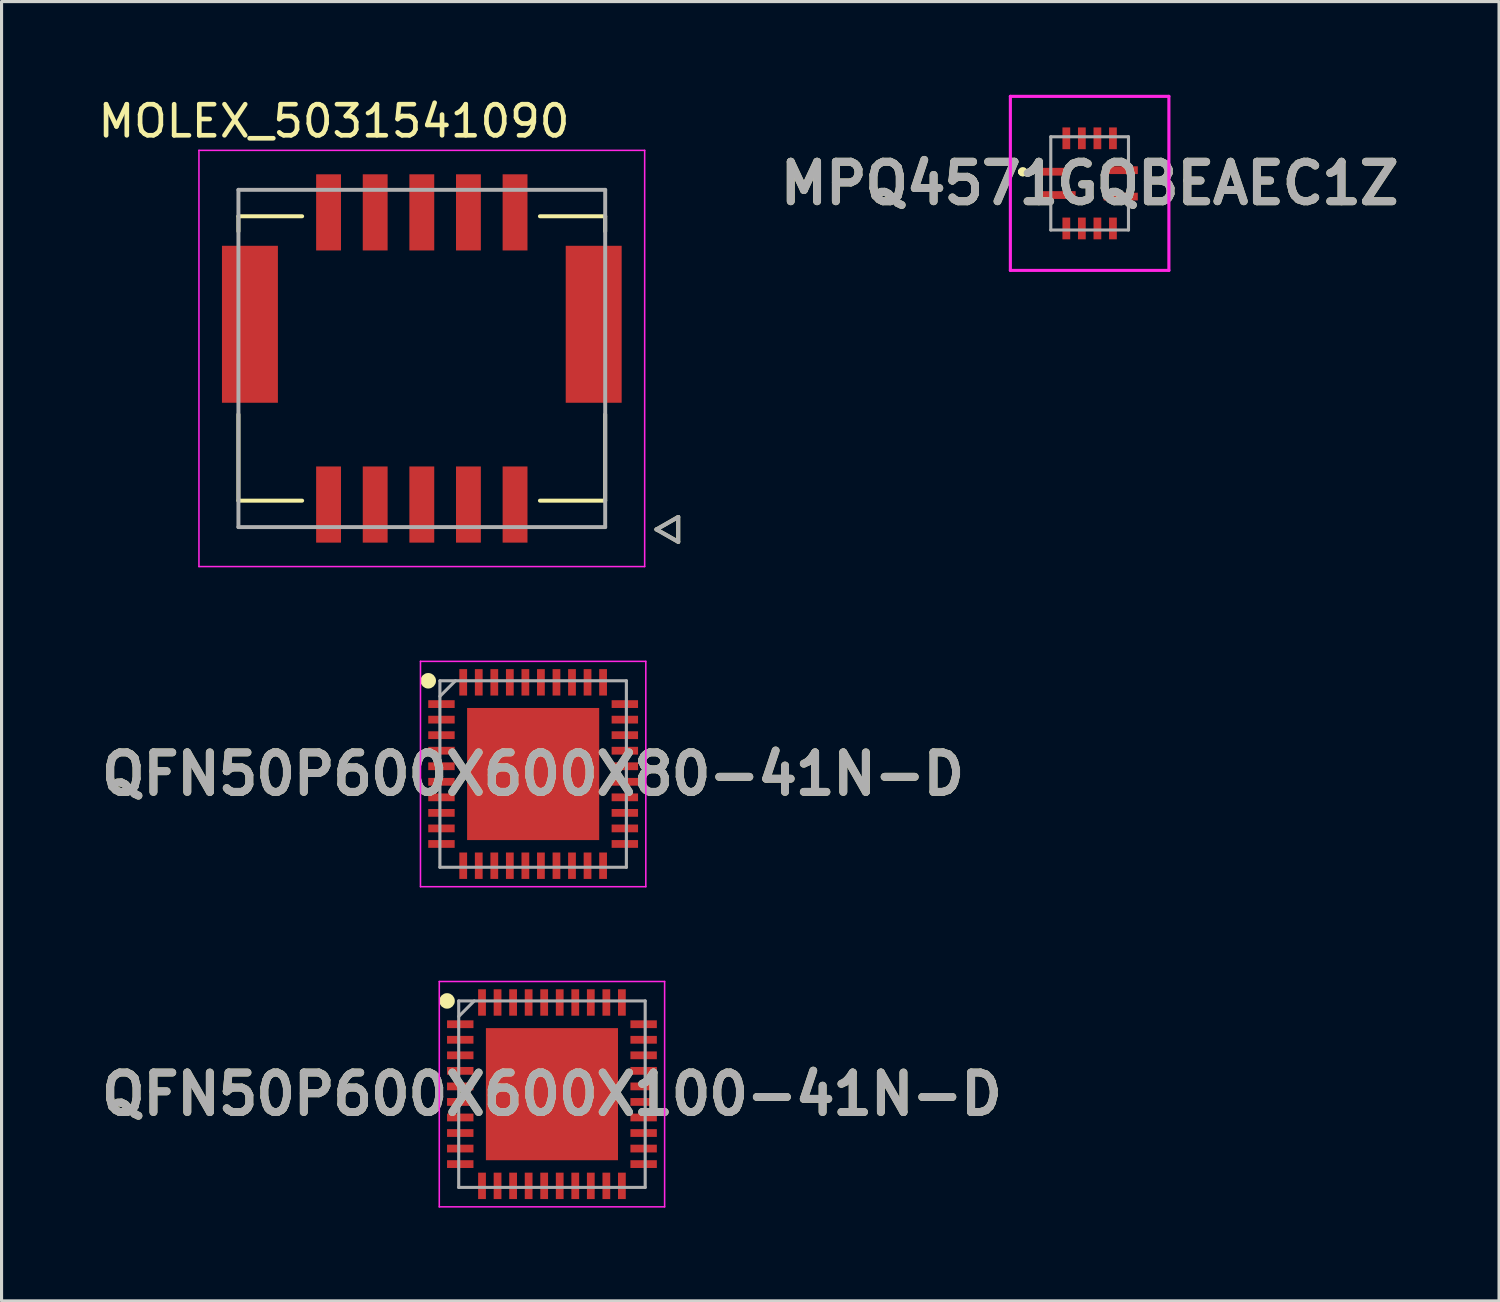
<source format=kicad_pcb>
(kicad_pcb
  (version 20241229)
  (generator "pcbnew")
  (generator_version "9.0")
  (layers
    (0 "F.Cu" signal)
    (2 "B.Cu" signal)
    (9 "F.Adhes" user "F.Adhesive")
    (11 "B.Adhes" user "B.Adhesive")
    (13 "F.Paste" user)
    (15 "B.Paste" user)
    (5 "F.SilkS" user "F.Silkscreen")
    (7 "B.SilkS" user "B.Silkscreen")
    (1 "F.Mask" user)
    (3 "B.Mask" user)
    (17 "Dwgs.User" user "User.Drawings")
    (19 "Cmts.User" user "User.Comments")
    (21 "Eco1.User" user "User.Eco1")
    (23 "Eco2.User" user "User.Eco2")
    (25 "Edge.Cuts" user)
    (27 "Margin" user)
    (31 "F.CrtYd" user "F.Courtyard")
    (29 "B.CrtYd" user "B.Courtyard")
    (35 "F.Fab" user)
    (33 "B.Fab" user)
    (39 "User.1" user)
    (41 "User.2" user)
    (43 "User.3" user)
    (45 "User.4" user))
  (footprint "MPQ4571GQBEAEC1Z"
    (layer "F.Cu")
    (at 32.007 2.85)
    (property "Reference" "MPQ4571GQBEAEC1Z" (at 0 0 0) (layer "F.SilkS") (effects (font (size 1.27 1.27) (thickness 0.254))))
    (attr smd)
    (fp_line (start -2.2 -0.375) (end -2.2 -0.375) (stroke (width 0.2) (type solid)) (layer "F.SilkS"))
    (fp_line (start -2.2 -0.375) (end -2.2 -0.375) (stroke (width 0.2) (type solid)) (layer "F.SilkS"))
    (fp_line (start -2.1 -0.375) (end -2.1 -0.375) (stroke (width 0.2) (type solid)) (layer "F.SilkS"))
    (fp_arc (start -2.2 -0.375) (mid -2.15 -0.425) (end -2.1 -0.375) (stroke (width 0.2) (type solid)) (layer "F.SilkS"))
    (fp_arc (start -2.1 -0.375) (mid -2.15 -0.325) (end -2.2 -0.375) (stroke (width 0.2) (type solid)) (layer "F.SilkS"))
    (fp_arc (start -2.1 -0.375) (mid -2.15 -0.325) (end -2.2 -0.375) (stroke (width 0.2) (type solid)) (layer "F.SilkS"))
    (fp_line (start -2.55 -2.8) (end 2.55 -2.8) (stroke (width 0.1) (type solid)) (layer "F.CrtYd"))
    (fp_line (start -2.55 2.8) (end -2.55 -2.8) (stroke (width 0.1) (type solid)) (layer "F.CrtYd"))
    (fp_line (start 2.55 -2.8) (end 2.55 2.8) (stroke (width 0.1) (type solid)) (layer "F.CrtYd"))
    (fp_line (start 2.55 2.8) (end -2.55 2.8) (stroke (width 0.1) (type solid)) (layer "F.CrtYd"))
    (fp_line (start -1.25 -1.5) (end -1.25 1.5) (stroke (width 0.1) (type solid)) (layer "F.Fab"))
    (fp_line (start -1.25 1.5) (end 1.25 1.5) (stroke (width 0.1) (type solid)) (layer "F.Fab"))
    (fp_line (start 1.25 -1.5) (end -1.25 -1.5) (stroke (width 0.1) (type solid)) (layer "F.Fab"))
    (fp_line (start 1.25 1.5) (end 1.25 -1.5) (stroke (width 0.1) (type solid)) (layer "F.Fab"))
    (fp_text user "${REFERENCE}" (at 0 0 0) (layer "F.Fab") (effects (font (size 1.27 1.27) (thickness 0.254))))
    (pad "1" smd rect (at -1.1 -0.375 90) (size 0.25 0.9) (layers "F.Cu" "F.Mask" "F.Paste"))
    (pad "2" smd rect (at -1 0.375 90) (size 0.25 1.1) (layers "F.Cu" "F.Mask" "F.Paste"))
    (pad "3" smd rect (at -0.75 1.45) (size 0.25 0.7) (layers "F.Cu" "F.Mask" "F.Paste"))
    (pad "4" smd rect (at -0.25 1.45) (size 0.25 0.7) (layers "F.Cu" "F.Mask" "F.Paste"))
    (pad "5" smd rect (at 0.25 1.45) (size 0.25 0.7) (layers "F.Cu" "F.Mask" "F.Paste"))
    (pad "6" smd rect (at 0.75 1.45) (size 0.25 0.7) (layers "F.Cu" "F.Mask" "F.Paste"))
    (pad "7" smd rect (at 1 0.425 90) (size 0.25 1.1) (layers "F.Cu" "F.Mask" "F.Paste"))
    (pad "8" smd rect (at 1 -0.425 90) (size 0.25 1.1) (layers "F.Cu" "F.Mask" "F.Paste"))
    (pad "9" smd rect (at 0.75 -1.45) (size 0.25 0.7) (layers "F.Cu" "F.Mask" "F.Paste"))
    (pad "10" smd rect (at 0.25 -1.45) (size 0.25 0.7) (layers "F.Cu" "F.Mask" "F.Paste"))
    (pad "11" smd rect (at -0.25 -1.45) (size 0.25 0.7) (layers "F.Cu" "F.Mask" "F.Paste"))
    (pad "12" smd rect (at -0.75 -1.45) (size 0.25 0.7) (layers "F.Cu" "F.Mask" "F.Paste")))
  (footprint "QFN50P600X600X80-41N-D"
    (layer "F.Cu")
    (at 14.103 21.853)
    (property "Reference" "QFN50P600X600X80-41N-D" (at 0 0 0) (layer "F.SilkS") (effects (font (size 1.27 1.27) (thickness 0.254))))
    (attr smd)
    (fp_circle (center -3.375 -3) (end -3.375 -2.875) (stroke (width 0.25) (type solid)) (fill no) (layer "F.SilkS"))
    (fp_line (start -3.625 -3.625) (end 3.625 -3.625) (stroke (width 0.05) (type solid)) (layer "F.CrtYd"))
    (fp_line (start -3.625 3.625) (end -3.625 -3.625) (stroke (width 0.05) (type solid)) (layer "F.CrtYd"))
    (fp_line (start 3.625 -3.625) (end 3.625 3.625) (stroke (width 0.05) (type solid)) (layer "F.CrtYd"))
    (fp_line (start 3.625 3.625) (end -3.625 3.625) (stroke (width 0.05) (type solid)) (layer "F.CrtYd"))
    (fp_line (start -3 -3) (end 3 -3) (stroke (width 0.1) (type solid)) (layer "F.Fab"))
    (fp_line (start -3 -2.5) (end -2.5 -3) (stroke (width 0.1) (type solid)) (layer "F.Fab"))
    (fp_line (start -3 3) (end -3 -3) (stroke (width 0.1) (type solid)) (layer "F.Fab"))
    (fp_line (start 3 -3) (end 3 3) (stroke (width 0.1) (type solid)) (layer "F.Fab"))
    (fp_line (start 3 3) (end -3 3) (stroke (width 0.1) (type solid)) (layer "F.Fab"))
    (fp_text user "${REFERENCE}" (at 0 0 0) (layer "F.Fab") (effects (font (size 1.27 1.27) (thickness 0.254))))
    (pad "1" smd rect (at -2.95 -2.25 90) (size 0.25 0.85) (layers "F.Cu" "F.Mask" "F.Paste"))
    (pad "2" smd rect (at -2.95 -1.75 90) (size 0.25 0.85) (layers "F.Cu" "F.Mask" "F.Paste"))
    (pad "3" smd rect (at -2.95 -1.25 90) (size 0.25 0.85) (layers "F.Cu" "F.Mask" "F.Paste"))
    (pad "4" smd rect (at -2.95 -0.75 90) (size 0.25 0.85) (layers "F.Cu" "F.Mask" "F.Paste"))
    (pad "5" smd rect (at -2.95 -0.25 90) (size 0.25 0.85) (layers "F.Cu" "F.Mask" "F.Paste"))
    (pad "6" smd rect (at -2.95 0.25 90) (size 0.25 0.85) (layers "F.Cu" "F.Mask" "F.Paste"))
    (pad "7" smd rect (at -2.95 0.75 90) (size 0.25 0.85) (layers "F.Cu" "F.Mask" "F.Paste"))
    (pad "8" smd rect (at -2.95 1.25 90) (size 0.25 0.85) (layers "F.Cu" "F.Mask" "F.Paste"))
    (pad "9" smd rect (at -2.95 1.75 90) (size 0.25 0.85) (layers "F.Cu" "F.Mask" "F.Paste"))
    (pad "10" smd rect (at -2.95 2.25 90) (size 0.25 0.85) (layers "F.Cu" "F.Mask" "F.Paste"))
    (pad "11" smd rect (at -2.25 2.95) (size 0.25 0.85) (layers "F.Cu" "F.Mask" "F.Paste"))
    (pad "12" smd rect (at -1.75 2.95) (size 0.25 0.85) (layers "F.Cu" "F.Mask" "F.Paste"))
    (pad "13" smd rect (at -1.25 2.95) (size 0.25 0.85) (layers "F.Cu" "F.Mask" "F.Paste"))
    (pad "14" smd rect (at -0.75 2.95) (size 0.25 0.85) (layers "F.Cu" "F.Mask" "F.Paste"))
    (pad "15" smd rect (at -0.25 2.95) (size 0.25 0.85) (layers "F.Cu" "F.Mask" "F.Paste"))
    (pad "16" smd rect (at 0.25 2.95) (size 0.25 0.85) (layers "F.Cu" "F.Mask" "F.Paste"))
    (pad "17" smd rect (at 0.75 2.95) (size 0.25 0.85) (layers "F.Cu" "F.Mask" "F.Paste"))
    (pad "18" smd rect (at 1.25 2.95) (size 0.25 0.85) (layers "F.Cu" "F.Mask" "F.Paste"))
    (pad "19" smd rect (at 1.75 2.95) (size 0.25 0.85) (layers "F.Cu" "F.Mask" "F.Paste"))
    (pad "20" smd rect (at 2.25 2.95) (size 0.25 0.85) (layers "F.Cu" "F.Mask" "F.Paste"))
    (pad "21" smd rect (at 2.95 2.25 90) (size 0.25 0.85) (layers "F.Cu" "F.Mask" "F.Paste"))
    (pad "22" smd rect (at 2.95 1.75 90) (size 0.25 0.85) (layers "F.Cu" "F.Mask" "F.Paste"))
    (pad "23" smd rect (at 2.95 1.25 90) (size 0.25 0.85) (layers "F.Cu" "F.Mask" "F.Paste"))
    (pad "24" smd rect (at 2.95 0.75 90) (size 0.25 0.85) (layers "F.Cu" "F.Mask" "F.Paste"))
    (pad "25" smd rect (at 2.95 0.25 90) (size 0.25 0.85) (layers "F.Cu" "F.Mask" "F.Paste"))
    (pad "26" smd rect (at 2.95 -0.25 90) (size 0.25 0.85) (layers "F.Cu" "F.Mask" "F.Paste"))
    (pad "27" smd rect (at 2.95 -0.75 90) (size 0.25 0.85) (layers "F.Cu" "F.Mask" "F.Paste"))
    (pad "28" smd rect (at 2.95 -1.25 90) (size 0.25 0.85) (layers "F.Cu" "F.Mask" "F.Paste"))
    (pad "29" smd rect (at 2.95 -1.75 90) (size 0.25 0.85) (layers "F.Cu" "F.Mask" "F.Paste"))
    (pad "30" smd rect (at 2.95 -2.25 90) (size 0.25 0.85) (layers "F.Cu" "F.Mask" "F.Paste"))
    (pad "31" smd rect (at 2.25 -2.95) (size 0.25 0.85) (layers "F.Cu" "F.Mask" "F.Paste"))
    (pad "32" smd rect (at 1.75 -2.95) (size 0.25 0.85) (layers "F.Cu" "F.Mask" "F.Paste"))
    (pad "33" smd rect (at 1.25 -2.95) (size 0.25 0.85) (layers "F.Cu" "F.Mask" "F.Paste"))
    (pad "34" smd rect (at 0.75 -2.95) (size 0.25 0.85) (layers "F.Cu" "F.Mask" "F.Paste"))
    (pad "35" smd rect (at 0.25 -2.95) (size 0.25 0.85) (layers "F.Cu" "F.Mask" "F.Paste"))
    (pad "36" smd rect (at -0.25 -2.95) (size 0.25 0.85) (layers "F.Cu" "F.Mask" "F.Paste"))
    (pad "37" smd rect (at -0.75 -2.95) (size 0.25 0.85) (layers "F.Cu" "F.Mask" "F.Paste"))
    (pad "38" smd rect (at -1.25 -2.95) (size 0.25 0.85) (layers "F.Cu" "F.Mask" "F.Paste"))
    (pad "39" smd rect (at -1.75 -2.95) (size 0.25 0.85) (layers "F.Cu" "F.Mask" "F.Paste"))
    (pad "40" smd rect (at -2.25 -2.95) (size 0.25 0.85) (layers "F.Cu" "F.Mask" "F.Paste"))
    (pad "41" smd rect (at 0 0) (size 4.25 4.25) (layers "F.Cu" "F.Mask" "F.Paste")))
  (footprint "QFN50P600X600X100-41N-D"
    (layer "F.Cu")
    (at 14.708 32.153)
    (property "Reference" "QFN50P600X600X100-41N-D" (at 0 0 0) (layer "F.SilkS") (effects (font (size 1.27 1.27) (thickness 0.254))))
    (attr smd)
    (fp_circle (center -3.375 -3) (end -3.375 -2.875) (stroke (width 0.25) (type solid)) (fill no) (layer "F.SilkS"))
    (fp_line (start -3.625 -3.625) (end 3.625 -3.625) (stroke (width 0.05) (type solid)) (layer "F.CrtYd"))
    (fp_line (start -3.625 3.625) (end -3.625 -3.625) (stroke (width 0.05) (type solid)) (layer "F.CrtYd"))
    (fp_line (start 3.625 -3.625) (end 3.625 3.625) (stroke (width 0.05) (type solid)) (layer "F.CrtYd"))
    (fp_line (start 3.625 3.625) (end -3.625 3.625) (stroke (width 0.05) (type solid)) (layer "F.CrtYd"))
    (fp_line (start -3 -3) (end 3 -3) (stroke (width 0.1) (type solid)) (layer "F.Fab"))
    (fp_line (start -3 -2.5) (end -2.5 -3) (stroke (width 0.1) (type solid)) (layer "F.Fab"))
    (fp_line (start -3 3) (end -3 -3) (stroke (width 0.1) (type solid)) (layer "F.Fab"))
    (fp_line (start 3 -3) (end 3 3) (stroke (width 0.1) (type solid)) (layer "F.Fab"))
    (fp_line (start 3 3) (end -3 3) (stroke (width 0.1) (type solid)) (layer "F.Fab"))
    (fp_text user "${REFERENCE}" (at 0 0 0) (layer "F.Fab") (effects (font (size 1.27 1.27) (thickness 0.254))))
    (pad "1" smd rect (at -2.95 -2.25 90) (size 0.25 0.85) (layers "F.Cu" "F.Mask" "F.Paste"))
    (pad "2" smd rect (at -2.95 -1.75 90) (size 0.25 0.85) (layers "F.Cu" "F.Mask" "F.Paste"))
    (pad "3" smd rect (at -2.95 -1.25 90) (size 0.25 0.85) (layers "F.Cu" "F.Mask" "F.Paste"))
    (pad "4" smd rect (at -2.95 -0.75 90) (size 0.25 0.85) (layers "F.Cu" "F.Mask" "F.Paste"))
    (pad "5" smd rect (at -2.95 -0.25 90) (size 0.25 0.85) (layers "F.Cu" "F.Mask" "F.Paste"))
    (pad "6" smd rect (at -2.95 0.25 90) (size 0.25 0.85) (layers "F.Cu" "F.Mask" "F.Paste"))
    (pad "7" smd rect (at -2.95 0.75 90) (size 0.25 0.85) (layers "F.Cu" "F.Mask" "F.Paste"))
    (pad "8" smd rect (at -2.95 1.25 90) (size 0.25 0.85) (layers "F.Cu" "F.Mask" "F.Paste"))
    (pad "9" smd rect (at -2.95 1.75 90) (size 0.25 0.85) (layers "F.Cu" "F.Mask" "F.Paste"))
    (pad "10" smd rect (at -2.95 2.25 90) (size 0.25 0.85) (layers "F.Cu" "F.Mask" "F.Paste"))
    (pad "11" smd rect (at -2.25 2.95) (size 0.25 0.85) (layers "F.Cu" "F.Mask" "F.Paste"))
    (pad "12" smd rect (at -1.75 2.95) (size 0.25 0.85) (layers "F.Cu" "F.Mask" "F.Paste"))
    (pad "13" smd rect (at -1.25 2.95) (size 0.25 0.85) (layers "F.Cu" "F.Mask" "F.Paste"))
    (pad "14" smd rect (at -0.75 2.95) (size 0.25 0.85) (layers "F.Cu" "F.Mask" "F.Paste"))
    (pad "15" smd rect (at -0.25 2.95) (size 0.25 0.85) (layers "F.Cu" "F.Mask" "F.Paste"))
    (pad "16" smd rect (at 0.25 2.95) (size 0.25 0.85) (layers "F.Cu" "F.Mask" "F.Paste"))
    (pad "17" smd rect (at 0.75 2.95) (size 0.25 0.85) (layers "F.Cu" "F.Mask" "F.Paste"))
    (pad "18" smd rect (at 1.25 2.95) (size 0.25 0.85) (layers "F.Cu" "F.Mask" "F.Paste"))
    (pad "19" smd rect (at 1.75 2.95) (size 0.25 0.85) (layers "F.Cu" "F.Mask" "F.Paste"))
    (pad "20" smd rect (at 2.25 2.95) (size 0.25 0.85) (layers "F.Cu" "F.Mask" "F.Paste"))
    (pad "21" smd rect (at 2.95 2.25 90) (size 0.25 0.85) (layers "F.Cu" "F.Mask" "F.Paste"))
    (pad "22" smd rect (at 2.95 1.75 90) (size 0.25 0.85) (layers "F.Cu" "F.Mask" "F.Paste"))
    (pad "23" smd rect (at 2.95 1.25 90) (size 0.25 0.85) (layers "F.Cu" "F.Mask" "F.Paste"))
    (pad "24" smd rect (at 2.95 0.75 90) (size 0.25 0.85) (layers "F.Cu" "F.Mask" "F.Paste"))
    (pad "25" smd rect (at 2.95 0.25 90) (size 0.25 0.85) (layers "F.Cu" "F.Mask" "F.Paste"))
    (pad "26" smd rect (at 2.95 -0.25 90) (size 0.25 0.85) (layers "F.Cu" "F.Mask" "F.Paste"))
    (pad "27" smd rect (at 2.95 -0.75 90) (size 0.25 0.85) (layers "F.Cu" "F.Mask" "F.Paste"))
    (pad "28" smd rect (at 2.95 -1.25 90) (size 0.25 0.85) (layers "F.Cu" "F.Mask" "F.Paste"))
    (pad "29" smd rect (at 2.95 -1.75 90) (size 0.25 0.85) (layers "F.Cu" "F.Mask" "F.Paste"))
    (pad "30" smd rect (at 2.95 -2.25 90) (size 0.25 0.85) (layers "F.Cu" "F.Mask" "F.Paste"))
    (pad "31" smd rect (at 2.25 -2.95) (size 0.25 0.85) (layers "F.Cu" "F.Mask" "F.Paste"))
    (pad "32" smd rect (at 1.75 -2.95) (size 0.25 0.85) (layers "F.Cu" "F.Mask" "F.Paste"))
    (pad "33" smd rect (at 1.25 -2.95) (size 0.25 0.85) (layers "F.Cu" "F.Mask" "F.Paste"))
    (pad "34" smd rect (at 0.75 -2.95) (size 0.25 0.85) (layers "F.Cu" "F.Mask" "F.Paste"))
    (pad "35" smd rect (at 0.25 -2.95) (size 0.25 0.85) (layers "F.Cu" "F.Mask" "F.Paste"))
    (pad "36" smd rect (at -0.25 -2.95) (size 0.25 0.85) (layers "F.Cu" "F.Mask" "F.Paste"))
    (pad "37" smd rect (at -0.75 -2.95) (size 0.25 0.85) (layers "F.Cu" "F.Mask" "F.Paste"))
    (pad "38" smd rect (at -1.25 -2.95) (size 0.25 0.85) (layers "F.Cu" "F.Mask" "F.Paste"))
    (pad "39" smd rect (at -1.75 -2.95) (size 0.25 0.85) (layers "F.Cu" "F.Mask" "F.Paste"))
    (pad "40" smd rect (at -2.25 -2.95) (size 0.25 0.85) (layers "F.Cu" "F.Mask" "F.Paste"))
    (pad "41" smd rect (at 0 0) (size 4.25 4.25) (layers "F.Cu" "F.Mask" "F.Paste")))
  (footprint "MOLEX_5031541090"
    (layer "F.Cu")
    (at 10.521 8.483)
    (property "Reference" "MOLEX_5031541090" (at -2.825 -7.635 0) (layer "F.SilkS") (effects (font (size 1 1) (thickness 0.15))))
    (attr through_hole)
    (fp_poly (pts (xy -6.506 -3.701) (xy -4.554 -3.701) (xy -4.554 1.501) (xy -6.506 1.501)) (stroke (width 0.01) (type solid)) (fill yes) (layer "F.Mask"))
    (fp_poly (pts (xy -3.476 -6.001) (xy -2.524 -6.001) (xy -2.524 -3.399) (xy -3.476 -3.399)) (stroke (width 0.01) (type solid)) (fill yes) (layer "F.Mask"))
    (fp_poly (pts (xy -3.476 3.399) (xy -2.524 3.399) (xy -2.524 6.001) (xy -3.476 6.001)) (stroke (width 0.01) (type solid)) (fill yes) (layer "F.Mask"))
    (fp_poly (pts (xy -1.976 -6.001) (xy -1.024 -6.001) (xy -1.024 -3.399) (xy -1.976 -3.399)) (stroke (width 0.01) (type solid)) (fill yes) (layer "F.Mask"))
    (fp_poly (pts (xy -1.976 3.399) (xy -1.024 3.399) (xy -1.024 6.001) (xy -1.976 6.001)) (stroke (width 0.01) (type solid)) (fill yes) (layer "F.Mask"))
    (fp_poly (pts (xy -0.476 -6.001) (xy 0.476 -6.001) (xy 0.476 -3.399) (xy -0.476 -3.399)) (stroke (width 0.01) (type solid)) (fill yes) (layer "F.Mask"))
    (fp_poly (pts (xy -0.476 3.399) (xy 0.476 3.399) (xy 0.476 6.001) (xy -0.476 6.001)) (stroke (width 0.01) (type solid)) (fill yes) (layer "F.Mask"))
    (fp_poly (pts (xy 1.024 -6.001) (xy 1.976 -6.001) (xy 1.976 -3.399) (xy 1.024 -3.399)) (stroke (width 0.01) (type solid)) (fill yes) (layer "F.Mask"))
    (fp_poly (pts (xy 1.024 3.399) (xy 1.976 3.399) (xy 1.976 6.001) (xy 1.024 6.001)) (stroke (width 0.01) (type solid)) (fill yes) (layer "F.Mask"))
    (fp_poly (pts (xy 2.524 -6.001) (xy 3.476 -6.001) (xy 3.476 -3.399) (xy 2.524 -3.399)) (stroke (width 0.01) (type solid)) (fill yes) (layer "F.Mask"))
    (fp_poly (pts (xy 2.524 3.399) (xy 3.476 3.399) (xy 3.476 6.001) (xy 2.524 6.001)) (stroke (width 0.01) (type solid)) (fill yes) (layer "F.Mask"))
    (fp_poly (pts (xy 4.554 -3.701) (xy 6.506 -3.701) (xy 6.506 1.501) (xy 4.554 1.501)) (stroke (width 0.01) (type solid)) (fill yes) (layer "F.Mask"))
    (fp_line (start -5.9 -4.575) (end -5.9 -4.09) (stroke (width 0.127) (type solid)) (layer "F.SilkS"))
    (fp_line (start -5.9 4.575) (end -5.9 1.8) (stroke (width 0.127) (type solid)) (layer "F.SilkS"))
    (fp_line (start -3.85 -4.575) (end -5.9 -4.575) (stroke (width 0.127) (type solid)) (layer "F.SilkS"))
    (fp_line (start -3.85 4.575) (end -5.9 4.575) (stroke (width 0.127) (type solid)) (layer "F.SilkS"))
    (fp_line (start 5.9 -4.575) (end 3.8 -4.575) (stroke (width 0.127) (type solid)) (layer "F.SilkS"))
    (fp_line (start 5.9 -4.09) (end 5.9 -4.575) (stroke (width 0.127) (type solid)) (layer "F.SilkS"))
    (fp_line (start 5.9 1.8) (end 5.9 4.575) (stroke (width 0.127) (type solid)) (layer "F.SilkS"))
    (fp_line (start 5.9 4.575) (end 3.8 4.575) (stroke (width 0.127) (type solid)) (layer "F.SilkS"))
    (fp_line (start 7.55 5.5) (end 8.25 5.9) (stroke (width 0.127) (type solid)) (layer "F.SilkS"))
    (fp_line (start 8.25 5.1) (end 7.55 5.5) (stroke (width 0.127) (type solid)) (layer "F.SilkS"))
    (fp_line (start 8.25 5.9) (end 8.25 5.1) (stroke (width 0.127) (type solid)) (layer "F.SilkS"))
    (fp_line (start -7.17 -6.695) (end 7.17 -6.695) (stroke (width 0.05) (type solid)) (layer "F.CrtYd"))
    (fp_line (start -7.17 6.695) (end -7.17 -6.695) (stroke (width 0.05) (type solid)) (layer "F.CrtYd"))
    (fp_line (start -7.17 6.695) (end 7.17 6.695) (stroke (width 0.05) (type solid)) (layer "F.CrtYd"))
    (fp_line (start 7.17 -6.695) (end 7.17 6.695) (stroke (width 0.05) (type solid)) (layer "F.CrtYd"))
    (fp_line (start -5.9 -5.425) (end 5.9 -5.425) (stroke (width 0.127) (type solid)) (layer "F.Fab"))
    (fp_line (start -5.9 5.425) (end -5.9 -5.425) (stroke (width 0.127) (type solid)) (layer "F.Fab"))
    (fp_line (start 5.9 -5.425) (end 5.9 5.425) (stroke (width 0.127) (type solid)) (layer "F.Fab"))
    (fp_line (start 5.9 5.425) (end -5.9 5.425) (stroke (width 0.127) (type solid)) (layer "F.Fab"))
    (fp_line (start 7.55 5.5) (end 8.25 5.9) (stroke (width 0.127) (type solid)) (layer "F.Fab"))
    (fp_line (start 8.25 5.1) (end 7.55 5.5) (stroke (width 0.127) (type solid)) (layer "F.Fab"))
    (fp_line (start 8.25 5.9) (end 8.25 5.1) (stroke (width 0.127) (type solid)) (layer "F.Fab"))
    (pad "1" smd rect (at 3 4.7) (size 0.8 2.45) (layers "F.Cu" "F.Paste"))
    (pad "2" smd rect (at 3 -4.7) (size 0.8 2.45) (layers "F.Cu" "F.Paste"))
    (pad "3" smd rect (at 1.5 4.7) (size 0.8 2.45) (layers "F.Cu" "F.Paste"))
    (pad "4" smd rect (at 1.5 -4.7) (size 0.8 2.45) (layers "F.Cu" "F.Paste"))
    (pad "5" smd rect (at 0 4.7) (size 0.8 2.45) (layers "F.Cu" "F.Paste"))
    (pad "6" smd rect (at 0 -4.7) (size 0.8 2.45) (layers "F.Cu" "F.Paste"))
    (pad "7" smd rect (at -1.5 4.7) (size 0.8 2.45) (layers "F.Cu" "F.Paste"))
    (pad "8" smd rect (at -1.5 -4.7) (size 0.8 2.45) (layers "F.Cu" "F.Paste"))
    (pad "9" smd rect (at -3 4.7) (size 0.8 2.45) (layers "F.Cu" "F.Paste"))
    (pad "10" smd rect (at -3 -4.7) (size 0.8 2.45) (layers "F.Cu" "F.Paste"))
    (pad "MP" smd rect (at -5.53 -1.1) (size 1.8 5.05) (layers "F.Cu" "F.Paste"))
    (pad "MP" smd rect (at 5.53 -1.1) (size 1.8 5.05) (layers "F.Cu" "F.Paste"))
    (zone (net_name "") (layer "F.Cu") (hatch full 0.508) (connect_pads) (min_thickness 0.01) (filled_areas_thickness no) (keepout (tracks not_allowed) (vias not_allowed) (pads not_allowed) (copperpour not_allowed) (footprints allowed)) (placement (enabled no)) (fill) (polygon (pts (xy 4.071 11.148) (xy 4.071 13.748) (xy 6.671 13.748) (xy 6.671 11.958) (xy 14.371 11.958) (xy 14.371 13.748) (xy 16.971 13.748) (xy 16.971 11.148) (xy 15.151 11.148) (xy 15.151 4.858) (xy 16.021 4.858) (xy 16.021 3.258) (xy 13.921 3.258) (xy 13.921 5.008) (xy 7.121 5.008) (xy 7.121 3.258) (xy 5.021 3.258) (xy 5.021 4.858) (xy 5.891 4.858) (xy 5.891 11.148))))
    (zone (net_name "") (layers "F.Cu" "B.Cu") (hatch full 0.508) (connect_pads) (min_thickness 0.01) (filled_areas_thickness no) (keepout (tracks allowed) (vias not_allowed) (pads allowed) (copperpour allowed) (footprints allowed)) (placement (enabled no)) (fill) (polygon (pts (xy 4.071 11.148) (xy 4.071 13.748) (xy 6.671 13.748) (xy 6.671 11.958) (xy 14.371 11.958) (xy 14.371 13.748) (xy 16.971 13.748) (xy 16.971 11.148) (xy 15.151 11.148) (xy 15.151 4.858) (xy 16.021 4.858) (xy 16.021 3.258) (xy 13.921 3.258) (xy 13.921 5.008) (xy 7.121 5.008) (xy 7.121 3.258) (xy 5.021 3.258) (xy 5.021 4.858) (xy 5.891 4.858) (xy 5.891 11.148)))))
  (gr_rect
    (start -3 -3)
    (end 45.179 38.803)
    (stroke (width 0.1) (type default))
    (fill no)
    (layer "Edge.Cuts")))
</source>
